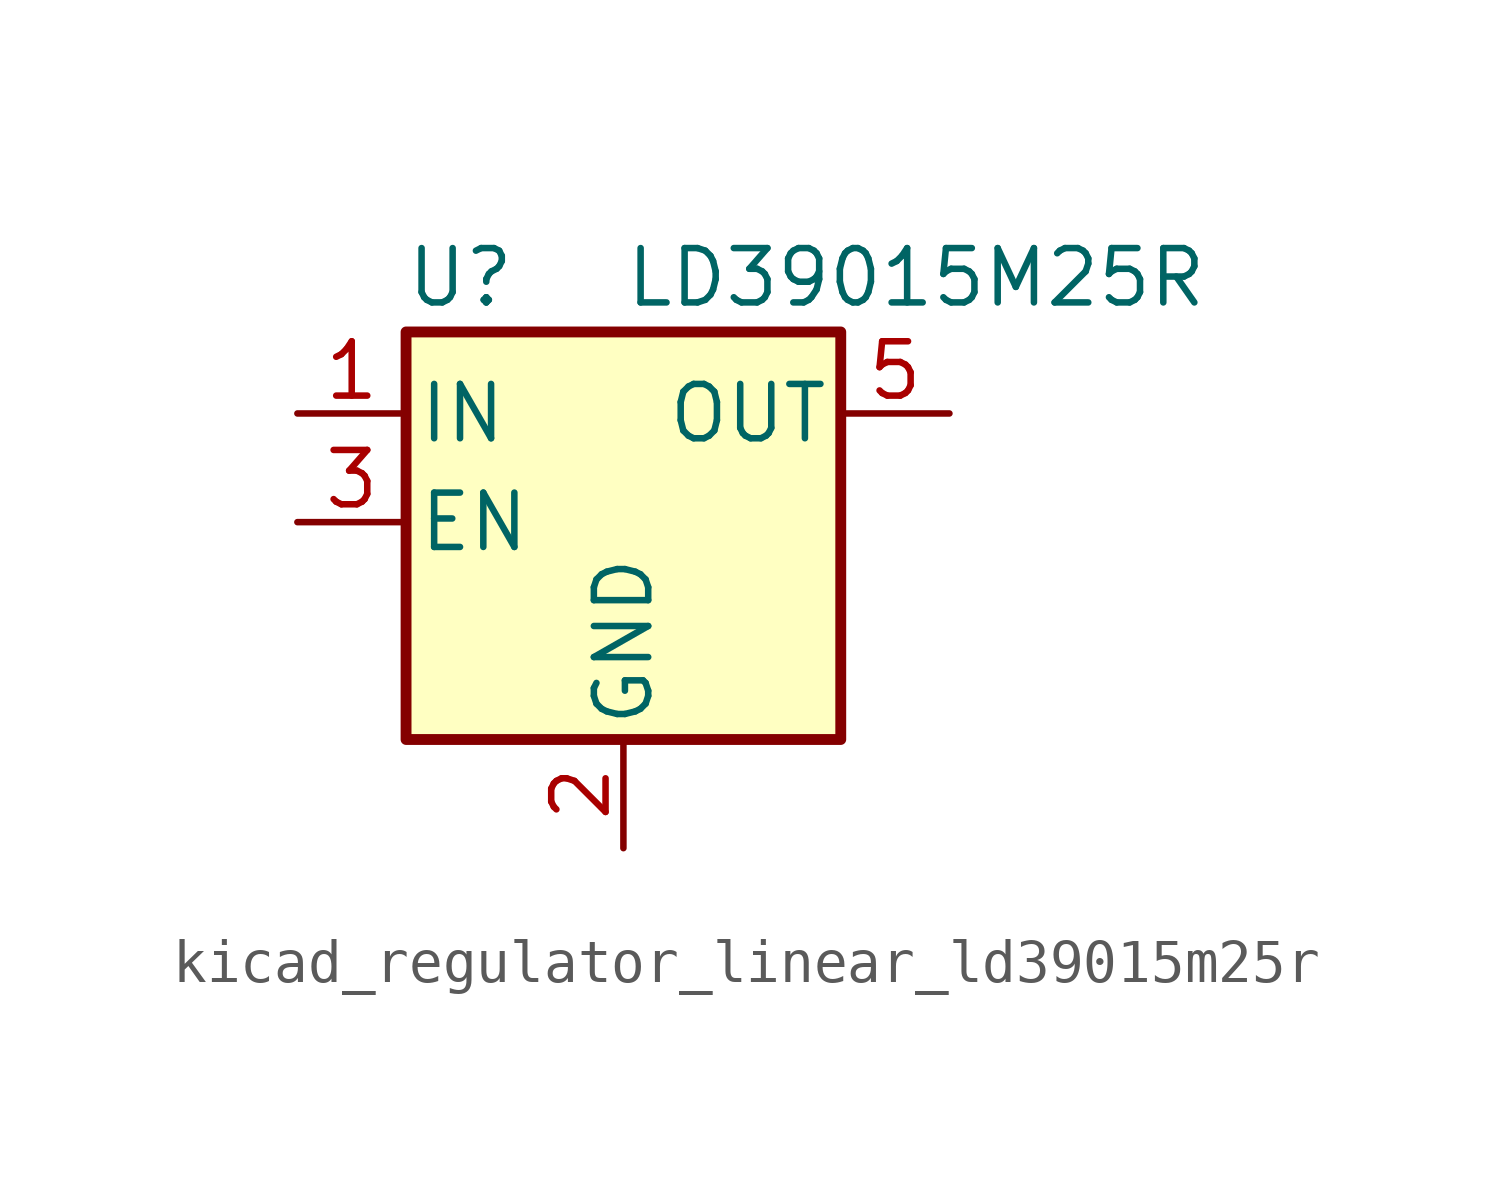
<source format=kicad_sym>
(kicad_symbol_lib
  (version 20220914)
  (generator kicad_symbol_editor)
  (symbol "kicad_regulator_linear_ld39015m25r"
    (pin_names
      (offset 0.254))
    (property "Reference" "U"
      (at -3.81 5.715 0)
      (effects (font (size 1.27 1.27))))
    (property "Value" "LD39015M25R"
      (at 0 5.715 0)
      (effects (font (size 1.27 1.27)) (justify left)))
    (symbol "kicad_regulator_linear_ld39015m25r_0_1"
      (rectangle (start -5.08 4.445) (end 5.08 -5.08) (stroke (width 0.254) (type default)) (fill (type background))))
    (symbol "kicad_regulator_linear_ld39015m25r_1_1"
      (pin power_in line (at -7.62 2.54 0) (length 2.54) (name "IN" (effects (font (size 1.27 1.27)))) (number "1" (effects (font (size 1.27 1.27)))))
      (pin power_in line (at 0 -7.62 90) (length 2.54) (name "GND" (effects (font (size 1.27 1.27)))) (number "2" (effects (font (size 1.27 1.27)))))
      (pin input line (at -7.62 0 0) (length 2.54) (name "EN" (effects (font (size 1.27 1.27)))) (number "3" (effects (font (size 1.27 1.27)))))
      (pin no_connect line (at 5.08 0 180) (length 2.54) hide (name "NC" (effects (font (size 1.27 1.27)))) (number "4" (effects (font (size 1.27 1.27)))))
      (pin power_out line (at 7.62 2.54 180) (length 2.54) (name "OUT" (effects (font (size 1.27 1.27)))) (number "5" (effects (font (size 1.27 1.27))))))))
</source>
